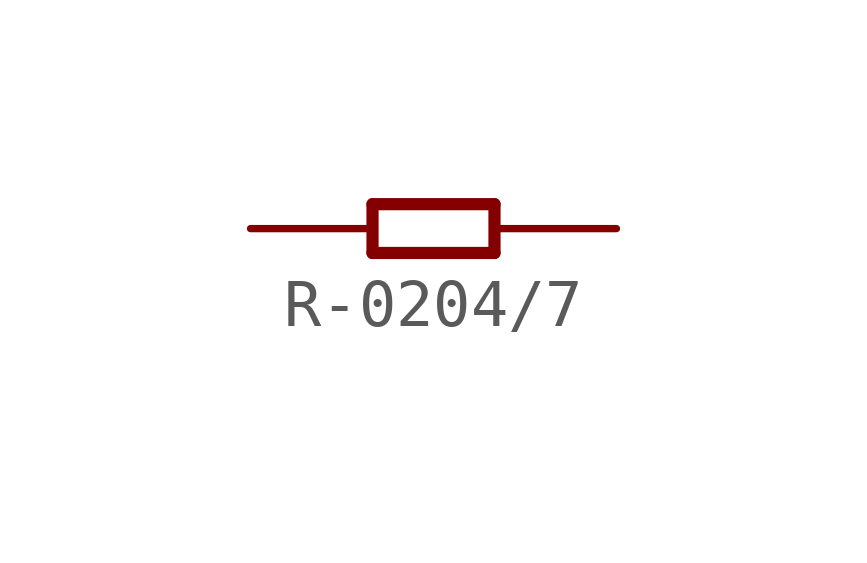
<source format=kicad_sym>
(kicad_symbol_lib
  (version 20241209)
  (generator "kicad_symbol_editor")
  (generator_version "9.0")
  (symbol "R-0204/7"
    (property "Reference" "R"
      (at -3.81 0 0)
      (effects (font (size 1.27 1.079)) (justify left bottom) (hide yes)))
    (property "ki_locked" ""
      (at 0 0 0)
      (effects (font (size 1.27 1.27))))
    (symbol "R-0204/7_1_0"
      (polyline (pts (xy -1.27 0.508) (xy 1.27 0.508)) (stroke (width 0.254) (type solid)) (fill (type none)))
      (polyline (pts (xy -1.27 -0.508) (xy -1.27 0.508)) (stroke (width 0.254) (type solid)) (fill (type none)))
      (polyline (pts (xy 1.27 0.508) (xy 1.27 -0.508)) (stroke (width 0.254) (type solid)) (fill (type none)))
      (polyline (pts (xy 1.27 -0.508) (xy -1.27 -0.508)) (stroke (width 0.254) (type solid)) (fill (type none)))
      (pin passive line (at -3.81 0 0) (length 2.54) (name "1" (effects (font (size 0 0)))) (number "1" (effects (font (size 0 0)))))
      (pin passive line (at 3.81 0 180) (length 2.54) (name "2" (effects (font (size 0 0)))) (number "2" (effects (font (size 0 0))))))))
</source>
